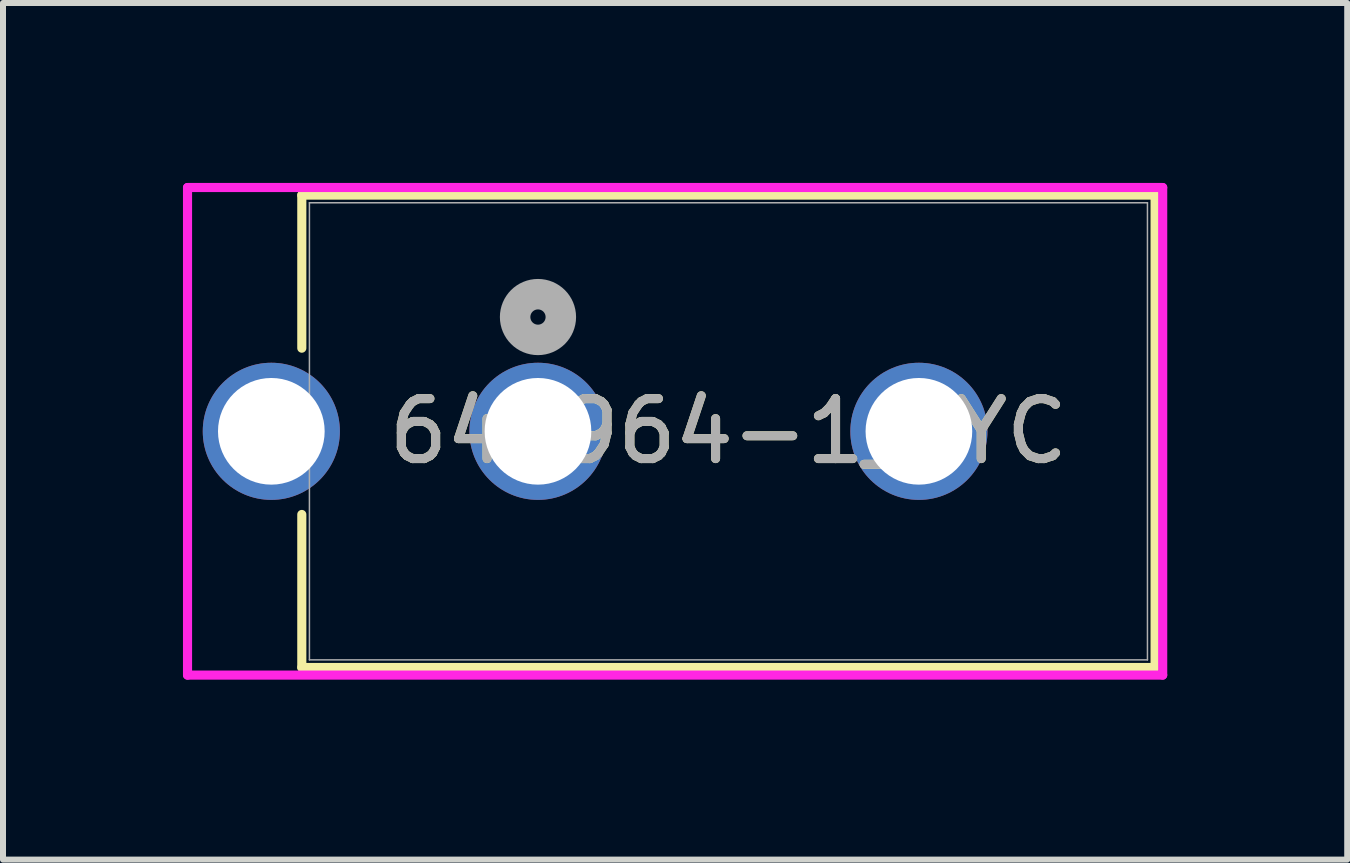
<source format=kicad_pcb>
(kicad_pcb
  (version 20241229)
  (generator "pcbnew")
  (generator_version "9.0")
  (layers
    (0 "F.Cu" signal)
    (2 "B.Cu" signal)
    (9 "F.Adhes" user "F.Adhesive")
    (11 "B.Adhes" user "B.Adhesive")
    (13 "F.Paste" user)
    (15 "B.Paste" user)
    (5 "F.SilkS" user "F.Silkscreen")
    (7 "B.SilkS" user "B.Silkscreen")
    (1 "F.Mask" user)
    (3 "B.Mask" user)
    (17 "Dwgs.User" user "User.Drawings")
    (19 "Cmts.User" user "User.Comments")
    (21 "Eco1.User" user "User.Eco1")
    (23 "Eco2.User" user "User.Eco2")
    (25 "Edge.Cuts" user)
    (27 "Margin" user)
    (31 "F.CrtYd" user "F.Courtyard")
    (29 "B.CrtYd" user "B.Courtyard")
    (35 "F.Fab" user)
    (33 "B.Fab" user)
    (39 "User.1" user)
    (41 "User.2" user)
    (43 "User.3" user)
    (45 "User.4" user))
  (footprint "641964-1_TYC"
    (layer "F.Cu")
    (at 5.918 4.14)
    (property "Reference" "641964-1_TYC" (at 3.175 0 0) (unlocked yes) (layer "F.SilkS") (effects (font (size 1 1) (thickness 0.15))))
    (attr through_hole)
    (fp_line (start -3.937 -3.937) (end -3.937 -1.386) (stroke (width 0.152) (type solid)) (layer "F.SilkS"))
    (fp_line (start -3.937 1.386) (end -3.937 3.937) (stroke (width 0.152) (type solid)) (layer "F.SilkS"))
    (fp_line (start -3.937 3.937) (end 10.287 3.937) (stroke (width 0.152) (type solid)) (layer "F.SilkS"))
    (fp_line (start 10.287 -3.937) (end -3.937 -3.937) (stroke (width 0.152) (type solid)) (layer "F.SilkS"))
    (fp_line (start 10.287 3.937) (end 10.287 -3.937) (stroke (width 0.152) (type solid)) (layer "F.SilkS"))
    (fp_circle (center -4.572 0) (end -4.191 0) (stroke (width 0.508) (type solid)) (fill no) (layer "B.SilkS"))
    (fp_line (start -5.842 -4.064) (end -5.842 4.064) (stroke (width 0.152) (type solid)) (layer "F.CrtYd"))
    (fp_line (start -5.842 4.064) (end 10.414 4.064) (stroke (width 0.152) (type solid)) (layer "F.CrtYd"))
    (fp_line (start 10.414 -4.064) (end -5.842 -4.064) (stroke (width 0.152) (type solid)) (layer "F.CrtYd"))
    (fp_line (start 10.414 4.064) (end 10.414 -4.064) (stroke (width 0.152) (type solid)) (layer "F.CrtYd"))
    (fp_line (start -3.81 -3.81) (end -3.81 3.81) (stroke (width 0.025) (type solid)) (layer "F.Fab"))
    (fp_line (start -3.81 3.81) (end 10.16 3.81) (stroke (width 0.025) (type solid)) (layer "F.Fab"))
    (fp_line (start 10.16 -3.81) (end -3.81 -3.81) (stroke (width 0.025) (type solid)) (layer "F.Fab"))
    (fp_line (start 10.16 3.81) (end 10.16 -3.81) (stroke (width 0.025) (type solid)) (layer "F.Fab"))
    (fp_circle (center 0 -1.905) (end 0.381 -1.905) (stroke (width 0.508) (type solid)) (fill no) (layer "F.Fab"))
    (fp_text user "${REFERENCE}" (at 3.175 0 0) (unlocked yes) (layer "F.Fab") (effects (font (size 1 1) (thickness 0.15))))
    (pad "1" thru_hole circle (at 0 0) (size 2.286 2.286) (drill 1.778) (layers "*.Cu" "*.Mask"))
    (pad "2" thru_hole circle (at 6.35 0) (size 2.286 2.286) (drill 1.778) (layers "*.Cu" "*.Mask"))
    (pad "3" thru_hole circle (at -4.445 0) (size 2.286 2.286) (drill 1.778) (layers "*.Cu" "*.Mask")))
  (gr_rect
    (start -3 -3)
    (end 19.408 11.28)
    (stroke (width 0.1) (type default))
    (fill no)
    (layer "Edge.Cuts")))
</source>
